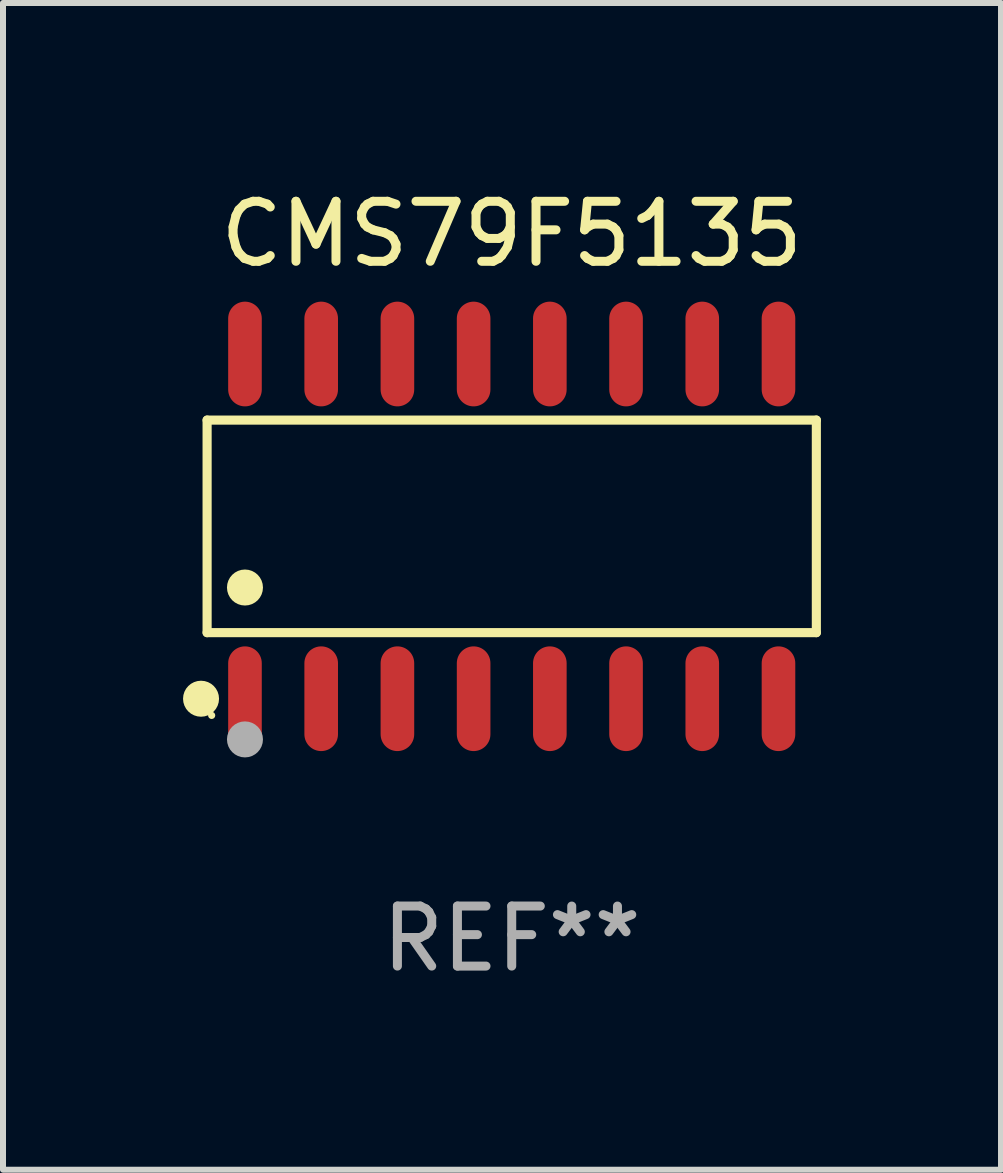
<source format=kicad_pcb>
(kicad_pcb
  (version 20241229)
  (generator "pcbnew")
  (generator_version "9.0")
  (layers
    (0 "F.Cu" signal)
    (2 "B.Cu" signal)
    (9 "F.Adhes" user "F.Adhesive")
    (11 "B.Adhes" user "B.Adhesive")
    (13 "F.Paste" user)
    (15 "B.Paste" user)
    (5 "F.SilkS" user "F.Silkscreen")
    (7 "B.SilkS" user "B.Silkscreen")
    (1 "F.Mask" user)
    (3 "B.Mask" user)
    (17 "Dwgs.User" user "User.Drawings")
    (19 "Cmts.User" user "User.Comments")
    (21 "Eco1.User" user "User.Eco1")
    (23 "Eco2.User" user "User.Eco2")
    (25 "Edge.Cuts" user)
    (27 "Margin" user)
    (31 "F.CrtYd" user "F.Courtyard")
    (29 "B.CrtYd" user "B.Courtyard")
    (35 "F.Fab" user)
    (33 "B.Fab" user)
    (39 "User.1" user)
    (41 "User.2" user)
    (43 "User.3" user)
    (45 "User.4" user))
  (footprint "CMS79F5135"
    (layer "F.Cu")
    (at 5.477 5.721)
    (property "Reference" "CMS79F5135" (at 0 -4.872 0) (layer "F.SilkS") (effects (font (size 1 1) (thickness 0.15))))
    (attr through_hole)
    (fp_line (start -5.076 -1.771) (end 5.076 -1.771) (stroke (width 0.152) (type solid)) (layer "F.SilkS"))
    (fp_line (start -5.076 1.771) (end -5.076 -1.771) (stroke (width 0.152) (type solid)) (layer "F.SilkS"))
    (fp_line (start 5.076 -1.771) (end 5.076 1.771) (stroke (width 0.152) (type solid)) (layer "F.SilkS"))
    (fp_line (start 5.076 1.771) (end -5.076 1.771) (stroke (width 0.152) (type solid)) (layer "F.SilkS"))
    (fp_circle (center -5.177 2.872) (end -5.027 2.872) (stroke (width 0.3) (type solid)) (fill no) (layer "F.SilkS"))
    (fp_circle (center -5 3.15) (end -4.97 3.15) (stroke (width 0.06) (type solid)) (fill no) (layer "F.SilkS"))
    (fp_circle (center -4.445 1.019) (end -4.295 1.019) (stroke (width 0.3) (type solid)) (fill no) (layer "F.SilkS"))
    (fp_circle (center -4.445 3.55) (end -4.295 3.55) (stroke (width 0.3) (type solid)) (fill no) (layer "F.Fab"))
    (fp_text user "REF**" (at 0 6.872 0) (layer "F.Fab") (effects (font (size 1 1) (thickness 0.15))))
    (pad "1" smd oval (at -4.445 2.872) (size 0.56 1.745) (layers "F.Cu" "F.Mask" "F.Paste"))
    (pad "2" smd oval (at -3.175 2.872) (size 0.56 1.745) (layers "F.Cu" "F.Mask" "F.Paste"))
    (pad "3" smd oval (at -1.905 2.872) (size 0.56 1.745) (layers "F.Cu" "F.Mask" "F.Paste"))
    (pad "4" smd oval (at -0.635 2.872) (size 0.56 1.745) (layers "F.Cu" "F.Mask" "F.Paste"))
    (pad "5" smd oval (at 0.635 2.872) (size 0.56 1.745) (layers "F.Cu" "F.Mask" "F.Paste"))
    (pad "6" smd oval (at 1.905 2.872) (size 0.56 1.745) (layers "F.Cu" "F.Mask" "F.Paste"))
    (pad "7" smd oval (at 3.175 2.872) (size 0.56 1.745) (layers "F.Cu" "F.Mask" "F.Paste"))
    (pad "8" smd oval (at 4.445 2.872) (size 0.56 1.745) (layers "F.Cu" "F.Mask" "F.Paste"))
    (pad "9" smd oval (at 4.445 -2.872) (size 0.56 1.745) (layers "F.Cu" "F.Mask" "F.Paste"))
    (pad "10" smd oval (at 3.175 -2.872) (size 0.56 1.745) (layers "F.Cu" "F.Mask" "F.Paste"))
    (pad "11" smd oval (at 1.905 -2.872) (size 0.56 1.745) (layers "F.Cu" "F.Mask" "F.Paste"))
    (pad "12" smd oval (at 0.635 -2.872) (size 0.56 1.745) (layers "F.Cu" "F.Mask" "F.Paste"))
    (pad "13" smd oval (at -0.635 -2.872) (size 0.56 1.745) (layers "F.Cu" "F.Mask" "F.Paste"))
    (pad "14" smd oval (at -1.905 -2.872) (size 0.56 1.745) (layers "F.Cu" "F.Mask" "F.Paste"))
    (pad "15" smd oval (at -3.175 -2.872) (size 0.56 1.745) (layers "F.Cu" "F.Mask" "F.Paste"))
    (pad "16" smd oval (at -4.445 -2.872) (size 0.56 1.745) (layers "F.Cu" "F.Mask" "F.Paste")))
  (gr_rect
    (start -3 -3)
    (end 13.63 16.441)
    (stroke (width 0.1) (type default))
    (fill no)
    (layer "Edge.Cuts")))
</source>
